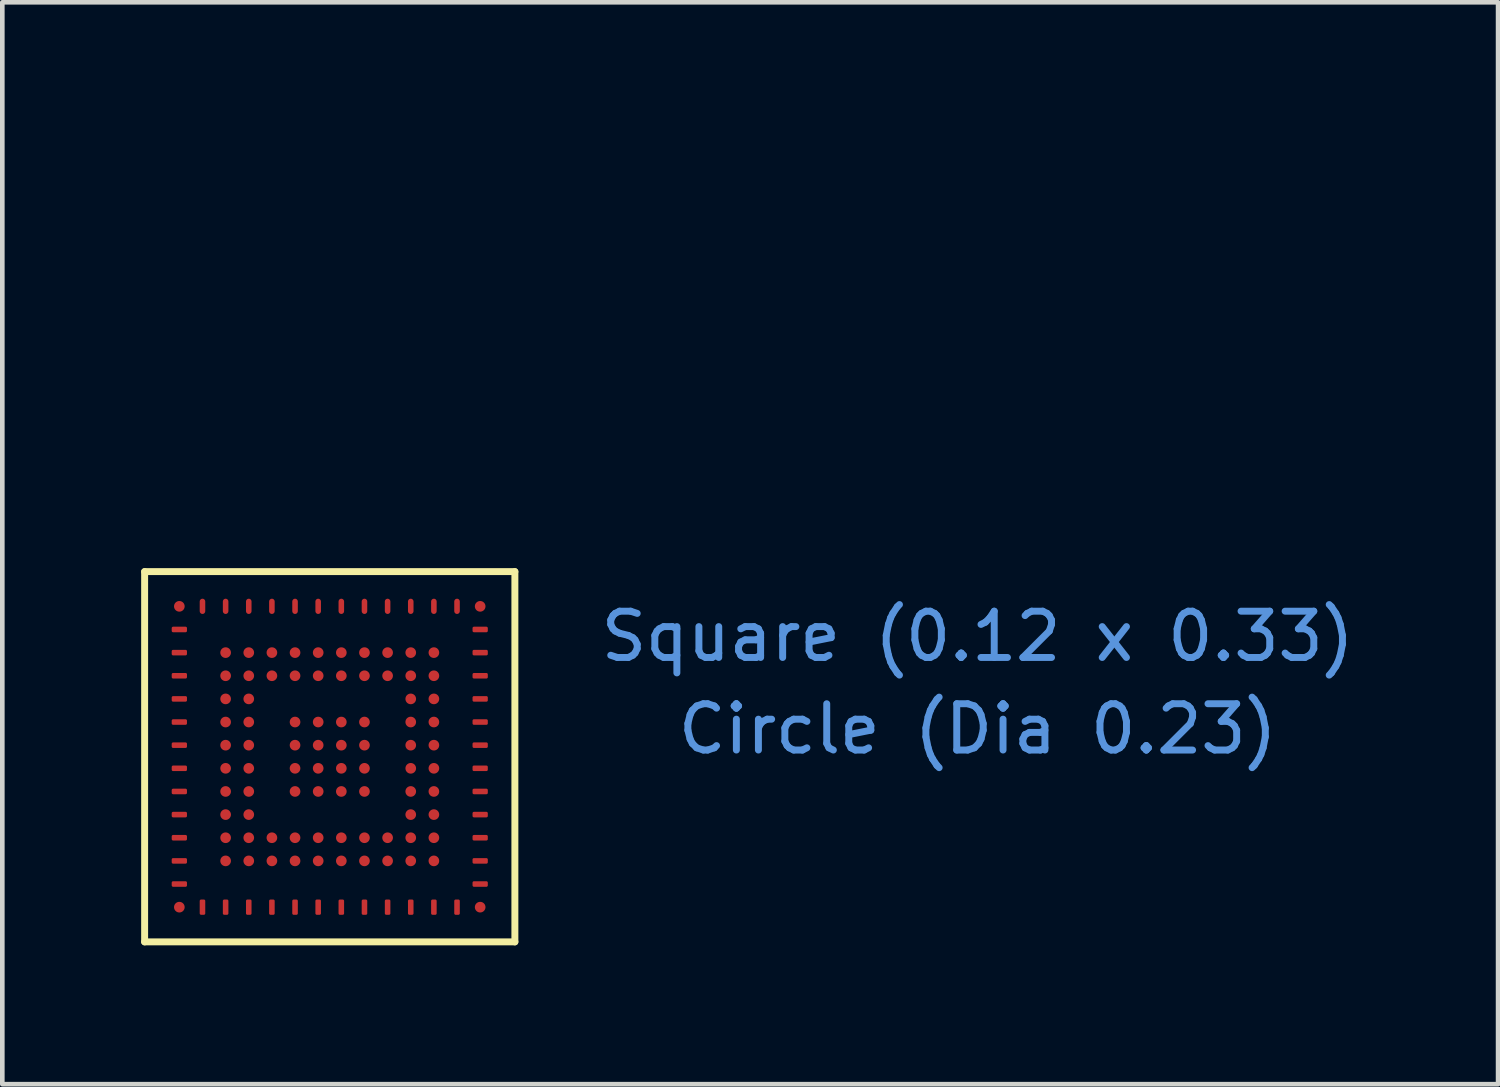
<source format=kicad_pcb>
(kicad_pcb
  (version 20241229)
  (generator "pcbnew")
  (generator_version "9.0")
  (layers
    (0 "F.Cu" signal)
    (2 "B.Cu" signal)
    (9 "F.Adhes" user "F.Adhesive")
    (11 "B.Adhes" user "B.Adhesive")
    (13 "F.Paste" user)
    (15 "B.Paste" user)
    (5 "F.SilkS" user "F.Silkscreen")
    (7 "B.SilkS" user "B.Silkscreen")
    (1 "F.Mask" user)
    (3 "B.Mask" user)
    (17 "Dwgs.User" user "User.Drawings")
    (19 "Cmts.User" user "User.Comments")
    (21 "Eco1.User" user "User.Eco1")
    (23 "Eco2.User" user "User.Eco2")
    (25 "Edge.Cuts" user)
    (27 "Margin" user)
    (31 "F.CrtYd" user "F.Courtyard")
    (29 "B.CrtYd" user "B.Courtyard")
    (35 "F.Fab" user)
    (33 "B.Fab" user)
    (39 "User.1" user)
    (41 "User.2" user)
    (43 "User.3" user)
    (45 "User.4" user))
  (footprint "csBGA_132"
    (layer "F.Cu")
    (at 4.075 13.301)
    (property "Reference" "csBGA_132" (at 0 -13.3 0) (layer "F.SilkS") (effects (font (size 0.001 0.001) (thickness 0.15))))
    (attr through_hole)
    (fp_line (start -4 -4) (end 4 -4) (stroke (width 0.15) (type solid)) (layer "F.SilkS"))
    (fp_line (start -4 4) (end -4 -4) (stroke (width 0.15) (type solid)) (layer "F.SilkS"))
    (fp_line (start 4 -4) (end 4 4) (stroke (width 0.15) (type solid)) (layer "F.SilkS"))
    (fp_line (start 4 4) (end -4 4) (stroke (width 0.15) (type solid)) (layer "F.SilkS"))
    (fp_text user "Square (0.12 x 0.33)" (at 14 -2.6 0) (layer "Cmts.User") (effects (font (size 1 1) (thickness 0.15))))
    (fp_text user "Circle (Dia 0.23)" (at 14 -0.6 0) (layer "Cmts.User") (effects (font (size 1 1) (thickness 0.15))))
    (pad "A1" smd circle (at -3.25 -3.25 90) (size 0.23 0.23) (layers "F.Cu" "F.Mask"))
    (pad "A2" smd roundrect (at -2.75 -3.25 180) (size 0.12 0.33) (layers "F.Cu" "F.Mask") (roundrect_rratio 0.5))
    (pad "A3" smd roundrect (at -2.25 -3.25 180) (size 0.12 0.33) (layers "F.Cu" "F.Mask") (roundrect_rratio 0.5))
    (pad "A4" smd roundrect (at -1.75 -3.25 180) (size 0.12 0.33) (layers "F.Cu" "F.Mask") (roundrect_rratio 0.5))
    (pad "A5" smd roundrect (at -1.25 -3.25 180) (size 0.12 0.33) (layers "F.Cu" "F.Mask") (roundrect_rratio 0.5))
    (pad "A6" smd roundrect (at -0.75 -3.25 180) (size 0.12 0.33) (layers "F.Cu" "F.Mask") (roundrect_rratio 0.5))
    (pad "A7" smd roundrect (at -0.25 -3.25 180) (size 0.12 0.33) (layers "F.Cu" "F.Mask") (roundrect_rratio 0.5))
    (pad "A8" smd roundrect (at 0.25 -3.25 180) (size 0.12 0.33) (layers "F.Cu" "F.Mask") (roundrect_rratio 0.5))
    (pad "A9" smd roundrect (at 0.75 -3.25 180) (size 0.12 0.33) (layers "F.Cu" "F.Mask") (roundrect_rratio 0.5))
    (pad "A10" smd roundrect (at 1.25 -3.25 180) (size 0.12 0.33) (layers "F.Cu" "F.Mask") (roundrect_rratio 0.5))
    (pad "A11" smd roundrect (at 1.75 -3.25 180) (size 0.12 0.33) (layers "F.Cu" "F.Mask") (roundrect_rratio 0.5))
    (pad "A12" smd roundrect (at 2.25 -3.25 180) (size 0.12 0.33) (layers "F.Cu" "F.Mask") (roundrect_rratio 0.5))
    (pad "A13" smd roundrect (at 2.75 -3.25 180) (size 0.12 0.33) (layers "F.Cu" "F.Mask") (roundrect_rratio 0.5))
    (pad "A14" smd circle (at 3.25 -3.25 90) (size 0.23 0.23) (layers "F.Cu" "F.Mask"))
    (pad "B1" smd roundrect (at -3.25 -2.75 90) (size 0.12 0.33) (layers "F.Cu" "F.Mask") (roundrect_rratio 0.25))
    (pad "B14" smd roundrect (at 3.25 -2.75 90) (size 0.12 0.33) (layers "F.Cu" "F.Mask") (roundrect_rratio 0.25))
    (pad "C1" smd roundrect (at -3.25 -2.25 90) (size 0.12 0.33) (layers "F.Cu" "F.Mask") (roundrect_rratio 0.25))
    (pad "C3" smd circle (at -2.25 -2.25 90) (size 0.23 0.23) (layers "F.Cu" "F.Mask"))
    (pad "C4" smd circle (at -1.75 -2.25 90) (size 0.23 0.23) (layers "F.Cu" "F.Mask"))
    (pad "C5" smd circle (at -1.25 -2.25 90) (size 0.23 0.23) (layers "F.Cu" "F.Mask"))
    (pad "C6" smd circle (at -0.75 -2.25 90) (size 0.23 0.23) (layers "F.Cu" "F.Mask"))
    (pad "C7" smd circle (at -0.25 -2.25 90) (size 0.23 0.23) (layers "F.Cu" "F.Mask"))
    (pad "C8" smd circle (at 0.25 -2.25 90) (size 0.23 0.23) (layers "F.Cu" "F.Mask"))
    (pad "C9" smd circle (at 0.75 -2.25 90) (size 0.23 0.23) (layers "F.Cu" "F.Mask"))
    (pad "C10" smd circle (at 1.25 -2.25 90) (size 0.23 0.23) (layers "F.Cu" "F.Mask"))
    (pad "C11" smd circle (at 1.75 -2.25 90) (size 0.23 0.23) (layers "F.Cu" "F.Mask"))
    (pad "C12" smd circle (at 2.25 -2.25 90) (size 0.23 0.23) (layers "F.Cu" "F.Mask"))
    (pad "C14" smd roundrect (at 3.25 -2.25 90) (size 0.12 0.33) (layers "F.Cu" "F.Mask") (roundrect_rratio 0.25))
    (pad "D1" smd roundrect (at -3.25 -1.75 90) (size 0.12 0.33) (layers "F.Cu" "F.Mask") (roundrect_rratio 0.25))
    (pad "D3" smd circle (at -2.25 -1.75 90) (size 0.23 0.23) (layers "F.Cu" "F.Mask"))
    (pad "D4" smd circle (at -1.75 -1.75 90) (size 0.23 0.23) (layers "F.Cu" "F.Mask"))
    (pad "D5" smd circle (at -1.25 -1.75 90) (size 0.23 0.23) (layers "F.Cu" "F.Mask"))
    (pad "D6" smd circle (at -0.75 -1.75 90) (size 0.23 0.23) (layers "F.Cu" "F.Mask"))
    (pad "D7" smd circle (at -0.25 -1.75 90) (size 0.23 0.23) (layers "F.Cu" "F.Mask"))
    (pad "D8" smd circle (at 0.25 -1.75 90) (size 0.23 0.23) (layers "F.Cu" "F.Mask"))
    (pad "D9" smd circle (at 0.75 -1.75 90) (size 0.23 0.23) (layers "F.Cu" "F.Mask"))
    (pad "D10" smd circle (at 1.25 -1.75 90) (size 0.23 0.23) (layers "F.Cu" "F.Mask"))
    (pad "D11" smd circle (at 1.75 -1.75 90) (size 0.23 0.23) (layers "F.Cu" "F.Mask"))
    (pad "D12" smd circle (at 2.25 -1.75 90) (size 0.23 0.23) (layers "F.Cu" "F.Mask"))
    (pad "D14" smd roundrect (at 3.25 -1.75 90) (size 0.12 0.33) (layers "F.Cu" "F.Mask") (roundrect_rratio 0.25))
    (pad "E1" smd roundrect (at -3.25 -1.25 90) (size 0.12 0.33) (layers "F.Cu" "F.Mask") (roundrect_rratio 0.25))
    (pad "E3" smd circle (at -2.25 -1.25 90) (size 0.23 0.23) (layers "F.Cu" "F.Mask"))
    (pad "E4" smd circle (at -1.75 -1.25 90) (size 0.23 0.23) (layers "F.Cu" "F.Mask"))
    (pad "E11" smd circle (at 1.75 -1.25 90) (size 0.23 0.23) (layers "F.Cu" "F.Mask"))
    (pad "E12" smd circle (at 2.25 -1.25 90) (size 0.23 0.23) (layers "F.Cu" "F.Mask"))
    (pad "E14" smd roundrect (at 3.25 -1.25 90) (size 0.12 0.33) (layers "F.Cu" "F.Mask") (roundrect_rratio 0.25))
    (pad "F1" smd roundrect (at -3.25 -0.75 90) (size 0.12 0.33) (layers "F.Cu" "F.Mask") (roundrect_rratio 0.25))
    (pad "F3" smd circle (at -2.25 -0.75 90) (size 0.23 0.23) (layers "F.Cu" "F.Mask"))
    (pad "F4" smd circle (at -1.75 -0.75 90) (size 0.23 0.23) (layers "F.Cu" "F.Mask"))
    (pad "F6" smd circle (at -0.75 -0.75 90) (size 0.23 0.23) (layers "F.Cu" "F.Mask"))
    (pad "F7" smd circle (at -0.25 -0.75 90) (size 0.23 0.23) (layers "F.Cu" "F.Mask"))
    (pad "F8" smd circle (at 0.25 -0.75 90) (size 0.23 0.23) (layers "F.Cu" "F.Mask"))
    (pad "F9" smd circle (at 0.75 -0.75 90) (size 0.23 0.23) (layers "F.Cu" "F.Mask"))
    (pad "F11" smd circle (at 1.75 -0.75 90) (size 0.23 0.23) (layers "F.Cu" "F.Mask"))
    (pad "F12" smd circle (at 2.25 -0.75 90) (size 0.23 0.23) (layers "F.Cu" "F.Mask"))
    (pad "F14" smd roundrect (at 3.25 -0.75 90) (size 0.12 0.33) (layers "F.Cu" "F.Mask") (roundrect_rratio 0.25))
    (pad "G1" smd roundrect (at -3.25 -0.25 90) (size 0.12 0.33) (layers "F.Cu" "F.Mask") (roundrect_rratio 0.25))
    (pad "G3" smd circle (at -2.25 -0.25 90) (size 0.23 0.23) (layers "F.Cu" "F.Mask"))
    (pad "G4" smd circle (at -1.75 -0.25 90) (size 0.23 0.23) (layers "F.Cu" "F.Mask"))
    (pad "G6" smd circle (at -0.75 -0.25 90) (size 0.23 0.23) (layers "F.Cu" "F.Mask"))
    (pad "G7" smd circle (at -0.25 -0.25 90) (size 0.23 0.23) (layers "F.Cu" "F.Mask"))
    (pad "G8" smd circle (at 0.25 -0.25 90) (size 0.23 0.23) (layers "F.Cu" "F.Mask"))
    (pad "G9" smd circle (at 0.75 -0.25 90) (size 0.23 0.23) (layers "F.Cu" "F.Mask"))
    (pad "G11" smd circle (at 1.75 -0.25 90) (size 0.23 0.23) (layers "F.Cu" "F.Mask"))
    (pad "G12" smd circle (at 2.25 -0.25 90) (size 0.23 0.23) (layers "F.Cu" "F.Mask"))
    (pad "G14" smd roundrect (at 3.25 -0.25 90) (size 0.12 0.33) (layers "F.Cu" "F.Mask") (roundrect_rratio 0.25))
    (pad "H1" smd roundrect (at -3.25 0.25 90) (size 0.12 0.33) (layers "F.Cu" "F.Mask") (roundrect_rratio 0.25))
    (pad "H3" smd circle (at -2.25 0.25 90) (size 0.23 0.23) (layers "F.Cu" "F.Mask"))
    (pad "H4" smd circle (at -1.75 0.25 90) (size 0.23 0.23) (layers "F.Cu" "F.Mask"))
    (pad "H6" smd circle (at -0.75 0.25 90) (size 0.23 0.23) (layers "F.Cu" "F.Mask"))
    (pad "H7" smd circle (at -0.25 0.25 90) (size 0.23 0.23) (layers "F.Cu" "F.Mask"))
    (pad "H8" smd circle (at 0.25 0.25 90) (size 0.23 0.23) (layers "F.Cu" "F.Mask"))
    (pad "H9" smd circle (at 0.75 0.25 90) (size 0.23 0.23) (layers "F.Cu" "F.Mask"))
    (pad "H11" smd circle (at 1.75 0.25 90) (size 0.23 0.23) (layers "F.Cu" "F.Mask"))
    (pad "H12" smd circle (at 2.25 0.25 90) (size 0.23 0.23) (layers "F.Cu" "F.Mask"))
    (pad "H14" smd roundrect (at 3.25 0.25 90) (size 0.12 0.33) (layers "F.Cu" "F.Mask") (roundrect_rratio 0.25))
    (pad "J1" smd roundrect (at -3.25 0.75 90) (size 0.12 0.33) (layers "F.Cu" "F.Mask") (roundrect_rratio 0.25))
    (pad "J3" smd circle (at -2.25 0.75 90) (size 0.23 0.23) (layers "F.Cu" "F.Mask"))
    (pad "J4" smd circle (at -1.75 0.75 90) (size 0.23 0.23) (layers "F.Cu" "F.Mask"))
    (pad "J6" smd circle (at -0.75 0.75 90) (size 0.23 0.23) (layers "F.Cu" "F.Mask"))
    (pad "J7" smd circle (at -0.25 0.75 90) (size 0.23 0.23) (layers "F.Cu" "F.Mask"))
    (pad "J8" smd circle (at 0.25 0.75 90) (size 0.23 0.23) (layers "F.Cu" "F.Mask"))
    (pad "J9" smd circle (at 0.75 0.75 90) (size 0.23 0.23) (layers "F.Cu" "F.Mask"))
    (pad "J11" smd circle (at 1.75 0.75 90) (size 0.23 0.23) (layers "F.Cu" "F.Mask"))
    (pad "J12" smd circle (at 2.25 0.75 90) (size 0.23 0.23) (layers "F.Cu" "F.Mask"))
    (pad "J14" smd roundrect (at 3.25 0.75 90) (size 0.12 0.33) (layers "F.Cu" "F.Mask") (roundrect_rratio 0.25))
    (pad "K1" smd roundrect (at -3.25 1.25 90) (size 0.12 0.33) (layers "F.Cu" "F.Mask") (roundrect_rratio 0.25))
    (pad "K3" smd circle (at -2.25 1.25 90) (size 0.23 0.23) (layers "F.Cu" "F.Mask"))
    (pad "K4" smd circle (at -1.75 1.25 90) (size 0.23 0.23) (layers "F.Cu" "F.Mask"))
    (pad "K11" smd circle (at 1.75 1.25 90) (size 0.23 0.23) (layers "F.Cu" "F.Mask"))
    (pad "K12" smd circle (at 2.25 1.25 90) (size 0.23 0.23) (layers "F.Cu" "F.Mask"))
    (pad "K14" smd roundrect (at 3.25 1.25 90) (size 0.12 0.33) (layers "F.Cu" "F.Mask") (roundrect_rratio 0.25))
    (pad "L1" smd roundrect (at -3.25 1.75 90) (size 0.12 0.33) (layers "F.Cu" "F.Mask") (roundrect_rratio 0.25))
    (pad "L3" smd circle (at -2.25 1.75 90) (size 0.23 0.23) (layers "F.Cu" "F.Mask"))
    (pad "L4" smd circle (at -1.75 1.75 90) (size 0.23 0.23) (layers "F.Cu" "F.Mask"))
    (pad "L5" smd circle (at -1.25 1.75 90) (size 0.23 0.23) (layers "F.Cu" "F.Mask"))
    (pad "L6" smd circle (at -0.75 1.75 90) (size 0.23 0.23) (layers "F.Cu" "F.Mask"))
    (pad "L7" smd circle (at -0.25 1.75 90) (size 0.23 0.23) (layers "F.Cu" "F.Mask"))
    (pad "L8" smd circle (at 0.25 1.75 90) (size 0.23 0.23) (layers "F.Cu" "F.Mask"))
    (pad "L9" smd circle (at 0.75 1.75 90) (size 0.23 0.23) (layers "F.Cu" "F.Mask"))
    (pad "L10" smd circle (at 1.25 1.75 90) (size 0.23 0.23) (layers "F.Cu" "F.Mask"))
    (pad "L11" smd circle (at 1.75 1.75 90) (size 0.23 0.23) (layers "F.Cu" "F.Mask"))
    (pad "L12" smd circle (at 2.25 1.75 90) (size 0.23 0.23) (layers "F.Cu" "F.Mask"))
    (pad "L14" smd roundrect (at 3.25 1.75 90) (size 0.12 0.33) (layers "F.Cu" "F.Mask") (roundrect_rratio 0.25))
    (pad "M1" smd roundrect (at -3.25 2.25 90) (size 0.12 0.33) (layers "F.Cu" "F.Mask") (roundrect_rratio 0.25))
    (pad "M3" smd circle (at -2.25 2.25 90) (size 0.23 0.23) (layers "F.Cu" "F.Mask"))
    (pad "M4" smd circle (at -1.75 2.25 90) (size 0.23 0.23) (layers "F.Cu" "F.Mask"))
    (pad "M5" smd circle (at -1.25 2.25 90) (size 0.23 0.23) (layers "F.Cu" "F.Mask"))
    (pad "M6" smd circle (at -0.75 2.25 90) (size 0.23 0.23) (layers "F.Cu" "F.Mask"))
    (pad "M7" smd circle (at -0.25 2.25 90) (size 0.23 0.23) (layers "F.Cu" "F.Mask"))
    (pad "M8" smd circle (at 0.25 2.25 90) (size 0.23 0.23) (layers "F.Cu" "F.Mask"))
    (pad "M9" smd circle (at 0.75 2.25 90) (size 0.23 0.23) (layers "F.Cu" "F.Mask"))
    (pad "M10" smd circle (at 1.25 2.25 90) (size 0.23 0.23) (layers "F.Cu" "F.Mask"))
    (pad "M11" smd circle (at 1.75 2.25 90) (size 0.23 0.23) (layers "F.Cu" "F.Mask"))
    (pad "M12" smd circle (at 2.25 2.25 90) (size 0.23 0.23) (layers "F.Cu" "F.Mask"))
    (pad "M14" smd roundrect (at 3.25 2.25 90) (size 0.12 0.33) (layers "F.Cu" "F.Mask") (roundrect_rratio 0.25))
    (pad "N1" smd roundrect (at -3.25 2.75 90) (size 0.12 0.33) (layers "F.Cu" "F.Mask") (roundrect_rratio 0.25))
    (pad "N14" smd roundrect (at 3.25 2.75 90) (size 0.12 0.33) (layers "F.Cu" "F.Mask") (roundrect_rratio 0.25))
    (pad "P1" smd circle (at -3.25 3.25 90) (size 0.23 0.23) (layers "F.Cu" "F.Mask"))
    (pad "P2" smd roundrect (at -2.75 3.25) (size 0.12 0.33) (layers "F.Cu" "F.Mask") (roundrect_rratio 0.25))
    (pad "P3" smd roundrect (at -2.25 3.25) (size 0.12 0.33) (layers "F.Cu" "F.Mask") (roundrect_rratio 0.25))
    (pad "P4" smd roundrect (at -1.75 3.25) (size 0.12 0.33) (layers "F.Cu" "F.Mask") (roundrect_rratio 0.25))
    (pad "P5" smd roundrect (at -1.25 3.25) (size 0.12 0.33) (layers "F.Cu" "F.Mask") (roundrect_rratio 0.25))
    (pad "P6" smd roundrect (at -0.75 3.25) (size 0.12 0.33) (layers "F.Cu" "F.Mask") (roundrect_rratio 0.25))
    (pad "P7" smd roundrect (at -0.25 3.25) (size 0.12 0.33) (layers "F.Cu" "F.Mask") (roundrect_rratio 0.25))
    (pad "P8" smd roundrect (at 0.25 3.25) (size 0.12 0.33) (layers "F.Cu" "F.Mask") (roundrect_rratio 0.25))
    (pad "P9" smd roundrect (at 0.75 3.25) (size 0.12 0.33) (layers "F.Cu" "F.Mask") (roundrect_rratio 0.25))
    (pad "P10" smd roundrect (at 1.25 3.25) (size 0.12 0.33) (layers "F.Cu" "F.Mask") (roundrect_rratio 0.25))
    (pad "P11" smd roundrect (at 1.75 3.25) (size 0.12 0.33) (layers "F.Cu" "F.Mask") (roundrect_rratio 0.25))
    (pad "P12" smd roundrect (at 2.25 3.25) (size 0.12 0.33) (layers "F.Cu" "F.Mask") (roundrect_rratio 0.25))
    (pad "P13" smd roundrect (at 2.75 3.25) (size 0.12 0.33) (layers "F.Cu" "F.Mask") (roundrect_rratio 0.25))
    (pad "P14" smd circle (at 3.25 3.25 90) (size 0.23 0.23) (layers "F.Cu" "F.Mask")))
  (gr_rect
    (start -3 -3)
    (end 29.319 20.376)
    (stroke (width 0.1) (type default))
    (fill no)
    (layer "Edge.Cuts")))
</source>
